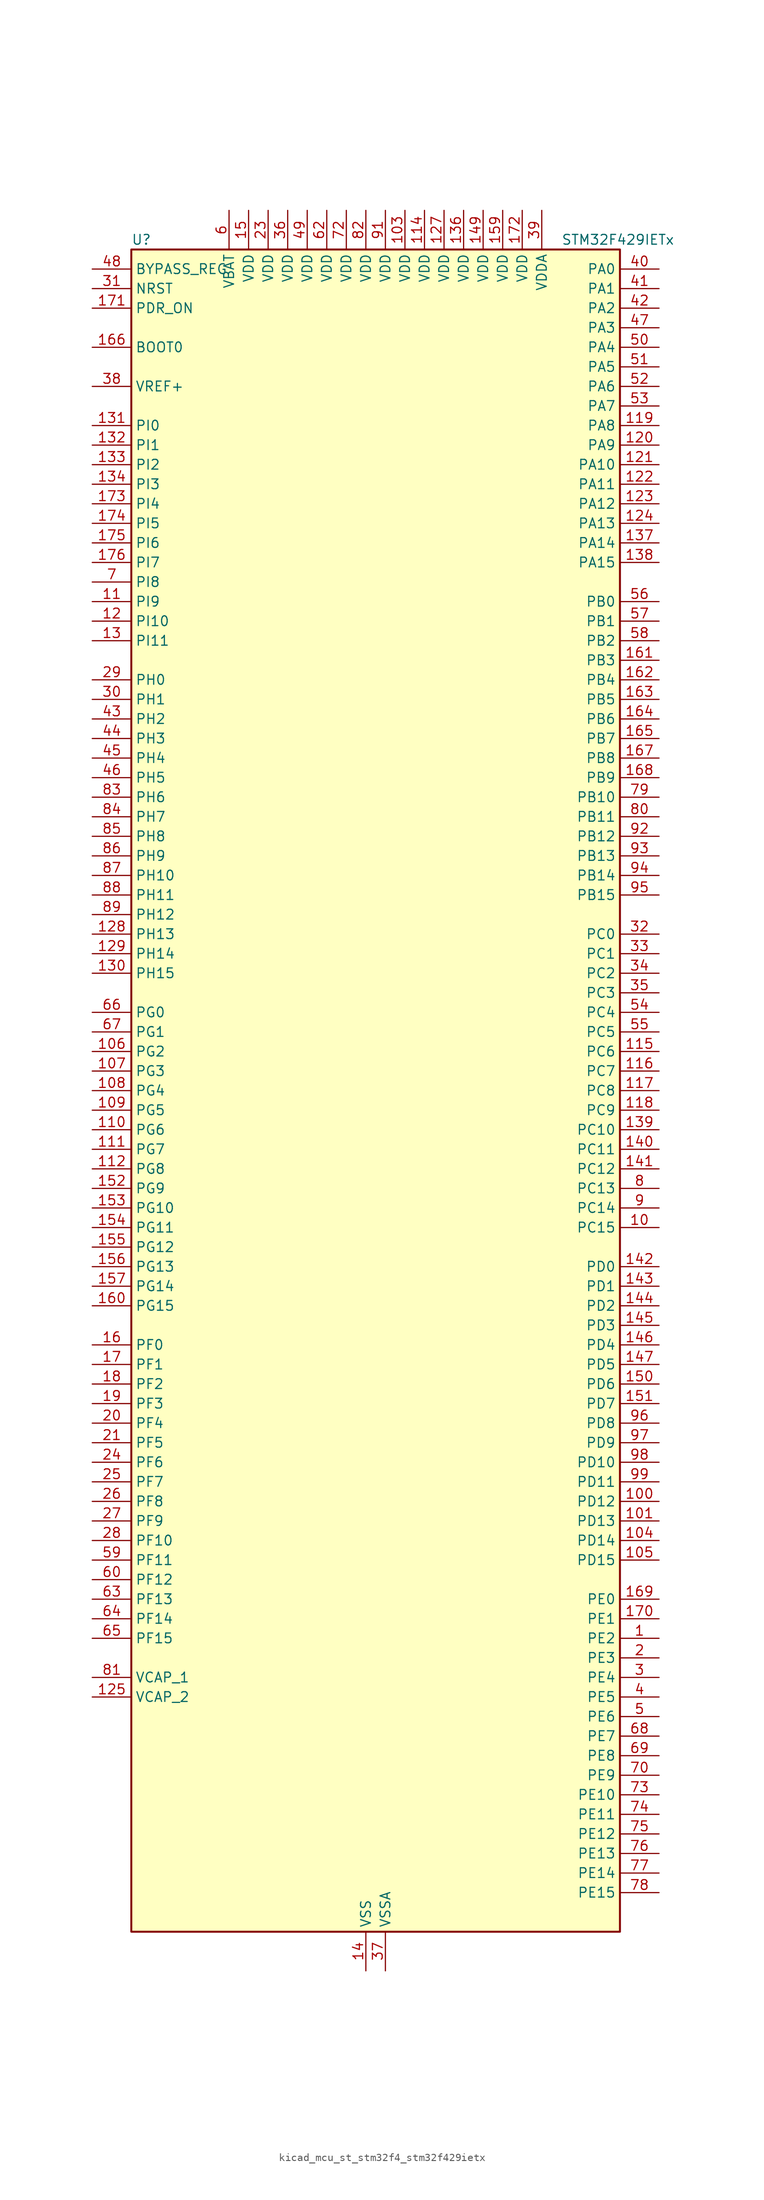
<source format=kicad_sym>
(kicad_symbol_lib
  (version 20220914)
  (generator kicad_symbol_editor)
  (symbol "kicad_mcu_st_stm32f4_stm32f429ietx"
    (property "Reference" "U"
      (at -30.48 110.49 0)
      (effects (font (size 1.27 1.27)) (justify left)))
    (property "Value" "STM32F429IETx"
      (at 25.4 110.49 0)
      (effects (font (size 1.27 1.27)) (justify left)))
    (property "ki_locked" ""
      (at 0 0 0)
      (effects (font (size 1.27 1.27))))
    (symbol "kicad_mcu_st_stm32f4_stm32f429ietx_0_1"
      (rectangle (start -30.48 -109.22) (end 33.02 109.22) (stroke (width 0.254) (type default)) (fill (type background))))
    (symbol "kicad_mcu_st_stm32f4_stm32f429ietx_1_1"
      (pin bidirectional line (at 38.1 -71.12 180) (length 5.08) (name "PE2" (effects (font (size 1.27 1.27)))) (number "1" (effects (font (size 1.27 1.27)))) (alternate "ETH_TXD3" bidirectional line) (alternate "FMC_A23" bidirectional line) (alternate "SAI1_MCLK_A" bidirectional line) (alternate "SPI4_SCK" bidirectional line) (alternate "SYS_TRACECLK" bidirectional line))
      (pin bidirectional line (at 38.1 -17.78 180) (length 5.08) (name "PC15" (effects (font (size 1.27 1.27)))) (number "10" (effects (font (size 1.27 1.27)))) (alternate "ADC1_EXTI15" bidirectional line) (alternate "ADC2_EXTI15" bidirectional line) (alternate "ADC3_EXTI15" bidirectional line) (alternate "RCC_OSC32_OUT" bidirectional line))
      (pin bidirectional line (at 38.1 -53.34 180) (length 5.08) (name "PD12" (effects (font (size 1.27 1.27)))) (number "100" (effects (font (size 1.27 1.27)))) (alternate "FMC_A17" bidirectional line) (alternate "FMC_ALE" bidirectional line) (alternate "TIM4_CH1" bidirectional line) (alternate "USART3_RTS" bidirectional line))
      (pin bidirectional line (at 38.1 -55.88 180) (length 5.08) (name "PD13" (effects (font (size 1.27 1.27)))) (number "101" (effects (font (size 1.27 1.27)))) (alternate "FMC_A18" bidirectional line) (alternate "TIM4_CH2" bidirectional line))
      (pin passive line (at 0 -114.3 90) (length 5.08) hide (name "VSS" (effects (font (size 1.27 1.27)))) (number "102" (effects (font (size 1.27 1.27)))))
      (pin power_in line (at 5.08 114.3 270) (length 5.08) (name "VDD" (effects (font (size 1.27 1.27)))) (number "103" (effects (font (size 1.27 1.27)))))
      (pin bidirectional line (at 38.1 -58.42 180) (length 5.08) (name "PD14" (effects (font (size 1.27 1.27)))) (number "104" (effects (font (size 1.27 1.27)))) (alternate "FMC_D0" bidirectional line) (alternate "FMC_DA0" bidirectional line) (alternate "TIM4_CH3" bidirectional line))
      (pin bidirectional line (at 38.1 -60.96 180) (length 5.08) (name "PD15" (effects (font (size 1.27 1.27)))) (number "105" (effects (font (size 1.27 1.27)))) (alternate "ADC1_EXTI15" bidirectional line) (alternate "ADC2_EXTI15" bidirectional line) (alternate "ADC3_EXTI15" bidirectional line) (alternate "FMC_D1" bidirectional line) (alternate "FMC_DA1" bidirectional line) (alternate "TIM4_CH4" bidirectional line))
      (pin bidirectional line (at -35.56 5.08 0) (length 5.08) (name "PG2" (effects (font (size 1.27 1.27)))) (number "106" (effects (font (size 1.27 1.27)))) (alternate "FMC_A12" bidirectional line))
      (pin bidirectional line (at -35.56 2.54 0) (length 5.08) (name "PG3" (effects (font (size 1.27 1.27)))) (number "107" (effects (font (size 1.27 1.27)))) (alternate "FMC_A13" bidirectional line))
      (pin bidirectional line (at -35.56 0 0) (length 5.08) (name "PG4" (effects (font (size 1.27 1.27)))) (number "108" (effects (font (size 1.27 1.27)))) (alternate "FMC_A14" bidirectional line) (alternate "FMC_BA0" bidirectional line))
      (pin bidirectional line (at -35.56 -2.54 0) (length 5.08) (name "PG5" (effects (font (size 1.27 1.27)))) (number "109" (effects (font (size 1.27 1.27)))) (alternate "FMC_A15" bidirectional line) (alternate "FMC_BA1" bidirectional line))
      (pin bidirectional line (at -35.56 63.5 0) (length 5.08) (name "PI9" (effects (font (size 1.27 1.27)))) (number "11" (effects (font (size 1.27 1.27)))) (alternate "CAN1_RX" bidirectional line) (alternate "DAC_EXTI9" bidirectional line) (alternate "FMC_D30" bidirectional line) (alternate "LTDC_VSYNC" bidirectional line))
      (pin bidirectional line (at -35.56 -5.08 0) (length 5.08) (name "PG6" (effects (font (size 1.27 1.27)))) (number "110" (effects (font (size 1.27 1.27)))) (alternate "DCMI_D12" bidirectional line) (alternate "FMC_INT2" bidirectional line) (alternate "LTDC_R7" bidirectional line))
      (pin bidirectional line (at -35.56 -7.62 0) (length 5.08) (name "PG7" (effects (font (size 1.27 1.27)))) (number "111" (effects (font (size 1.27 1.27)))) (alternate "DCMI_D13" bidirectional line) (alternate "FMC_INT3" bidirectional line) (alternate "LTDC_CLK" bidirectional line) (alternate "USART6_CK" bidirectional line))
      (pin bidirectional line (at -35.56 -10.16 0) (length 5.08) (name "PG8" (effects (font (size 1.27 1.27)))) (number "112" (effects (font (size 1.27 1.27)))) (alternate "ETH_PPS_OUT" bidirectional line) (alternate "FMC_SDCLK" bidirectional line) (alternate "SPI6_NSS" bidirectional line) (alternate "USART6_RTS" bidirectional line))
      (pin passive line (at 0 -114.3 90) (length 5.08) hide (name "VSS" (effects (font (size 1.27 1.27)))) (number "113" (effects (font (size 1.27 1.27)))))
      (pin power_in line (at 7.62 114.3 270) (length 5.08) (name "VDD" (effects (font (size 1.27 1.27)))) (number "114" (effects (font (size 1.27 1.27)))))
      (pin bidirectional line (at 38.1 5.08 180) (length 5.08) (name "PC6" (effects (font (size 1.27 1.27)))) (number "115" (effects (font (size 1.27 1.27)))) (alternate "DCMI_D0" bidirectional line) (alternate "I2S2_MCK" bidirectional line) (alternate "LTDC_HSYNC" bidirectional line) (alternate "SDIO_D6" bidirectional line) (alternate "TIM3_CH1" bidirectional line) (alternate "TIM8_CH1" bidirectional line) (alternate "USART6_TX" bidirectional line))
      (pin bidirectional line (at 38.1 2.54 180) (length 5.08) (name "PC7" (effects (font (size 1.27 1.27)))) (number "116" (effects (font (size 1.27 1.27)))) (alternate "DCMI_D1" bidirectional line) (alternate "I2S3_MCK" bidirectional line) (alternate "LTDC_G6" bidirectional line) (alternate "SDIO_D7" bidirectional line) (alternate "TIM3_CH2" bidirectional line) (alternate "TIM8_CH2" bidirectional line) (alternate "USART6_RX" bidirectional line))
      (pin bidirectional line (at 38.1 0 180) (length 5.08) (name "PC8" (effects (font (size 1.27 1.27)))) (number "117" (effects (font (size 1.27 1.27)))) (alternate "DCMI_D2" bidirectional line) (alternate "SDIO_D0" bidirectional line) (alternate "TIM3_CH3" bidirectional line) (alternate "TIM8_CH3" bidirectional line) (alternate "USART6_CK" bidirectional line))
      (pin bidirectional line (at 38.1 -2.54 180) (length 5.08) (name "PC9" (effects (font (size 1.27 1.27)))) (number "118" (effects (font (size 1.27 1.27)))) (alternate "DAC_EXTI9" bidirectional line) (alternate "DCMI_D3" bidirectional line) (alternate "I2C3_SDA" bidirectional line) (alternate "I2S_CKIN" bidirectional line) (alternate "RCC_MCO_2" bidirectional line) (alternate "SDIO_D1" bidirectional line) (alternate "TIM3_CH4" bidirectional line) (alternate "TIM8_CH4" bidirectional line))
      (pin bidirectional line (at 38.1 86.36 180) (length 5.08) (name "PA8" (effects (font (size 1.27 1.27)))) (number "119" (effects (font (size 1.27 1.27)))) (alternate "I2C3_SCL" bidirectional line) (alternate "LTDC_R6" bidirectional line) (alternate "RCC_MCO_1" bidirectional line) (alternate "TIM1_CH1" bidirectional line) (alternate "USART1_CK" bidirectional line) (alternate "USB_OTG_FS_SOF" bidirectional line))
      (pin bidirectional line (at -35.56 60.96 0) (length 5.08) (name "PI10" (effects (font (size 1.27 1.27)))) (number "12" (effects (font (size 1.27 1.27)))) (alternate "ETH_RX_ER" bidirectional line) (alternate "FMC_D31" bidirectional line) (alternate "LTDC_HSYNC" bidirectional line))
      (pin bidirectional line (at 38.1 83.82 180) (length 5.08) (name "PA9" (effects (font (size 1.27 1.27)))) (number "120" (effects (font (size 1.27 1.27)))) (alternate "DAC_EXTI9" bidirectional line) (alternate "DCMI_D0" bidirectional line) (alternate "I2C3_SMBA" bidirectional line) (alternate "TIM1_CH2" bidirectional line) (alternate "USART1_TX" bidirectional line) (alternate "USB_OTG_FS_VBUS" bidirectional line))
      (pin bidirectional line (at 38.1 81.28 180) (length 5.08) (name "PA10" (effects (font (size 1.27 1.27)))) (number "121" (effects (font (size 1.27 1.27)))) (alternate "DCMI_D1" bidirectional line) (alternate "TIM1_CH3" bidirectional line) (alternate "USART1_RX" bidirectional line) (alternate "USB_OTG_FS_ID" bidirectional line))
      (pin bidirectional line (at 38.1 78.74 180) (length 5.08) (name "PA11" (effects (font (size 1.27 1.27)))) (number "122" (effects (font (size 1.27 1.27)))) (alternate "ADC1_EXTI11" bidirectional line) (alternate "ADC2_EXTI11" bidirectional line) (alternate "ADC3_EXTI11" bidirectional line) (alternate "CAN1_RX" bidirectional line) (alternate "LTDC_R4" bidirectional line) (alternate "TIM1_CH4" bidirectional line) (alternate "USART1_CTS" bidirectional line) (alternate "USB_OTG_FS_DM" bidirectional line))
      (pin bidirectional line (at 38.1 76.2 180) (length 5.08) (name "PA12" (effects (font (size 1.27 1.27)))) (number "123" (effects (font (size 1.27 1.27)))) (alternate "CAN1_TX" bidirectional line) (alternate "LTDC_R5" bidirectional line) (alternate "TIM1_ETR" bidirectional line) (alternate "USART1_RTS" bidirectional line) (alternate "USB_OTG_FS_DP" bidirectional line))
      (pin bidirectional line (at 38.1 73.66 180) (length 5.08) (name "PA13" (effects (font (size 1.27 1.27)))) (number "124" (effects (font (size 1.27 1.27)))) (alternate "SYS_JTMS-SWDIO" bidirectional line))
      (pin power_out line (at -35.56 -78.74 0) (length 5.08) (name "VCAP_2" (effects (font (size 1.27 1.27)))) (number "125" (effects (font (size 1.27 1.27)))))
      (pin passive line (at 0 -114.3 90) (length 5.08) hide (name "VSS" (effects (font (size 1.27 1.27)))) (number "126" (effects (font (size 1.27 1.27)))))
      (pin power_in line (at 10.16 114.3 270) (length 5.08) (name "VDD" (effects (font (size 1.27 1.27)))) (number "127" (effects (font (size 1.27 1.27)))))
      (pin bidirectional line (at -35.56 20.32 0) (length 5.08) (name "PH13" (effects (font (size 1.27 1.27)))) (number "128" (effects (font (size 1.27 1.27)))) (alternate "CAN1_TX" bidirectional line) (alternate "FMC_D21" bidirectional line) (alternate "LTDC_G2" bidirectional line) (alternate "TIM8_CH1N" bidirectional line))
      (pin bidirectional line (at -35.56 17.78 0) (length 5.08) (name "PH14" (effects (font (size 1.27 1.27)))) (number "129" (effects (font (size 1.27 1.27)))) (alternate "DCMI_D4" bidirectional line) (alternate "FMC_D22" bidirectional line) (alternate "LTDC_G3" bidirectional line) (alternate "TIM8_CH2N" bidirectional line))
      (pin bidirectional line (at -35.56 58.42 0) (length 5.08) (name "PI11" (effects (font (size 1.27 1.27)))) (number "13" (effects (font (size 1.27 1.27)))) (alternate "ADC1_EXTI11" bidirectional line) (alternate "ADC2_EXTI11" bidirectional line) (alternate "ADC3_EXTI11" bidirectional line) (alternate "USB_OTG_HS_ULPI_DIR" bidirectional line))
      (pin bidirectional line (at -35.56 15.24 0) (length 5.08) (name "PH15" (effects (font (size 1.27 1.27)))) (number "130" (effects (font (size 1.27 1.27)))) (alternate "ADC1_EXTI15" bidirectional line) (alternate "ADC2_EXTI15" bidirectional line) (alternate "ADC3_EXTI15" bidirectional line) (alternate "DCMI_D11" bidirectional line) (alternate "FMC_D23" bidirectional line) (alternate "LTDC_G4" bidirectional line) (alternate "TIM8_CH3N" bidirectional line))
      (pin bidirectional line (at -35.56 86.36 0) (length 5.08) (name "PI0" (effects (font (size 1.27 1.27)))) (number "131" (effects (font (size 1.27 1.27)))) (alternate "DCMI_D13" bidirectional line) (alternate "FMC_D24" bidirectional line) (alternate "I2S2_WS" bidirectional line) (alternate "LTDC_G5" bidirectional line) (alternate "SPI2_NSS" bidirectional line) (alternate "TIM5_CH4" bidirectional line))
      (pin bidirectional line (at -35.56 83.82 0) (length 5.08) (name "PI1" (effects (font (size 1.27 1.27)))) (number "132" (effects (font (size 1.27 1.27)))) (alternate "DCMI_D8" bidirectional line) (alternate "FMC_D25" bidirectional line) (alternate "I2S2_CK" bidirectional line) (alternate "LTDC_G6" bidirectional line) (alternate "SPI2_SCK" bidirectional line))
      (pin bidirectional line (at -35.56 81.28 0) (length 5.08) (name "PI2" (effects (font (size 1.27 1.27)))) (number "133" (effects (font (size 1.27 1.27)))) (alternate "DCMI_D9" bidirectional line) (alternate "FMC_D26" bidirectional line) (alternate "I2S2_ext_SD" bidirectional line) (alternate "LTDC_G7" bidirectional line) (alternate "SPI2_MISO" bidirectional line) (alternate "TIM8_CH4" bidirectional line))
      (pin bidirectional line (at -35.56 78.74 0) (length 5.08) (name "PI3" (effects (font (size 1.27 1.27)))) (number "134" (effects (font (size 1.27 1.27)))) (alternate "DCMI_D10" bidirectional line) (alternate "FMC_D27" bidirectional line) (alternate "I2S2_SD" bidirectional line) (alternate "SPI2_MOSI" bidirectional line) (alternate "TIM8_ETR" bidirectional line))
      (pin passive line (at 0 -114.3 90) (length 5.08) hide (name "VSS" (effects (font (size 1.27 1.27)))) (number "135" (effects (font (size 1.27 1.27)))))
      (pin power_in line (at 12.7 114.3 270) (length 5.08) (name "VDD" (effects (font (size 1.27 1.27)))) (number "136" (effects (font (size 1.27 1.27)))))
      (pin bidirectional line (at 38.1 71.12 180) (length 5.08) (name "PA14" (effects (font (size 1.27 1.27)))) (number "137" (effects (font (size 1.27 1.27)))) (alternate "SYS_JTCK-SWCLK" bidirectional line))
      (pin bidirectional line (at 38.1 68.58 180) (length 5.08) (name "PA15" (effects (font (size 1.27 1.27)))) (number "138" (effects (font (size 1.27 1.27)))) (alternate "ADC1_EXTI15" bidirectional line) (alternate "ADC2_EXTI15" bidirectional line) (alternate "ADC3_EXTI15" bidirectional line) (alternate "I2S3_WS" bidirectional line) (alternate "SPI1_NSS" bidirectional line) (alternate "SPI3_NSS" bidirectional line) (alternate "SYS_JTDI" bidirectional line) (alternate "TIM2_CH1" bidirectional line) (alternate "TIM2_ETR" bidirectional line))
      (pin bidirectional line (at 38.1 -5.08 180) (length 5.08) (name "PC10" (effects (font (size 1.27 1.27)))) (number "139" (effects (font (size 1.27 1.27)))) (alternate "DCMI_D8" bidirectional line) (alternate "I2S3_CK" bidirectional line) (alternate "LTDC_R2" bidirectional line) (alternate "SDIO_D2" bidirectional line) (alternate "SPI3_SCK" bidirectional line) (alternate "UART4_TX" bidirectional line) (alternate "USART3_TX" bidirectional line))
      (pin power_in line (at 0 -114.3 90) (length 5.08) (name "VSS" (effects (font (size 1.27 1.27)))) (number "14" (effects (font (size 1.27 1.27)))))
      (pin bidirectional line (at 38.1 -7.62 180) (length 5.08) (name "PC11" (effects (font (size 1.27 1.27)))) (number "140" (effects (font (size 1.27 1.27)))) (alternate "ADC1_EXTI11" bidirectional line) (alternate "ADC2_EXTI11" bidirectional line) (alternate "ADC3_EXTI11" bidirectional line) (alternate "DCMI_D4" bidirectional line) (alternate "I2S3_ext_SD" bidirectional line) (alternate "SDIO_D3" bidirectional line) (alternate "SPI3_MISO" bidirectional line) (alternate "UART4_RX" bidirectional line) (alternate "USART3_RX" bidirectional line))
      (pin bidirectional line (at 38.1 -10.16 180) (length 5.08) (name "PC12" (effects (font (size 1.27 1.27)))) (number "141" (effects (font (size 1.27 1.27)))) (alternate "DCMI_D9" bidirectional line) (alternate "I2S3_SD" bidirectional line) (alternate "SDIO_CK" bidirectional line) (alternate "SPI3_MOSI" bidirectional line) (alternate "UART5_TX" bidirectional line) (alternate "USART3_CK" bidirectional line))
      (pin bidirectional line (at 38.1 -22.86 180) (length 5.08) (name "PD0" (effects (font (size 1.27 1.27)))) (number "142" (effects (font (size 1.27 1.27)))) (alternate "CAN1_RX" bidirectional line) (alternate "FMC_D2" bidirectional line) (alternate "FMC_DA2" bidirectional line))
      (pin bidirectional line (at 38.1 -25.4 180) (length 5.08) (name "PD1" (effects (font (size 1.27 1.27)))) (number "143" (effects (font (size 1.27 1.27)))) (alternate "CAN1_TX" bidirectional line) (alternate "FMC_D3" bidirectional line) (alternate "FMC_DA3" bidirectional line))
      (pin bidirectional line (at 38.1 -27.94 180) (length 5.08) (name "PD2" (effects (font (size 1.27 1.27)))) (number "144" (effects (font (size 1.27 1.27)))) (alternate "DCMI_D11" bidirectional line) (alternate "SDIO_CMD" bidirectional line) (alternate "TIM3_ETR" bidirectional line) (alternate "UART5_RX" bidirectional line))
      (pin bidirectional line (at 38.1 -30.48 180) (length 5.08) (name "PD3" (effects (font (size 1.27 1.27)))) (number "145" (effects (font (size 1.27 1.27)))) (alternate "DCMI_D5" bidirectional line) (alternate "FMC_CLK" bidirectional line) (alternate "I2S2_CK" bidirectional line) (alternate "LTDC_G7" bidirectional line) (alternate "SPI2_SCK" bidirectional line) (alternate "USART2_CTS" bidirectional line))
      (pin bidirectional line (at 38.1 -33.02 180) (length 5.08) (name "PD4" (effects (font (size 1.27 1.27)))) (number "146" (effects (font (size 1.27 1.27)))) (alternate "FMC_NOE" bidirectional line) (alternate "USART2_RTS" bidirectional line))
      (pin bidirectional line (at 38.1 -35.56 180) (length 5.08) (name "PD5" (effects (font (size 1.27 1.27)))) (number "147" (effects (font (size 1.27 1.27)))) (alternate "FMC_NWE" bidirectional line) (alternate "USART2_TX" bidirectional line))
      (pin passive line (at 0 -114.3 90) (length 5.08) hide (name "VSS" (effects (font (size 1.27 1.27)))) (number "148" (effects (font (size 1.27 1.27)))))
      (pin power_in line (at 15.24 114.3 270) (length 5.08) (name "VDD" (effects (font (size 1.27 1.27)))) (number "149" (effects (font (size 1.27 1.27)))))
      (pin power_in line (at -15.24 114.3 270) (length 5.08) (name "VDD" (effects (font (size 1.27 1.27)))) (number "15" (effects (font (size 1.27 1.27)))))
      (pin bidirectional line (at 38.1 -38.1 180) (length 5.08) (name "PD6" (effects (font (size 1.27 1.27)))) (number "150" (effects (font (size 1.27 1.27)))) (alternate "DCMI_D10" bidirectional line) (alternate "FMC_NWAIT" bidirectional line) (alternate "I2S3_SD" bidirectional line) (alternate "LTDC_B2" bidirectional line) (alternate "SAI1_SD_A" bidirectional line) (alternate "SPI3_MOSI" bidirectional line) (alternate "USART2_RX" bidirectional line))
      (pin bidirectional line (at 38.1 -40.64 180) (length 5.08) (name "PD7" (effects (font (size 1.27 1.27)))) (number "151" (effects (font (size 1.27 1.27)))) (alternate "FMC_NCE2" bidirectional line) (alternate "FMC_NE1" bidirectional line) (alternate "USART2_CK" bidirectional line))
      (pin bidirectional line (at -35.56 -12.7 0) (length 5.08) (name "PG9" (effects (font (size 1.27 1.27)))) (number "152" (effects (font (size 1.27 1.27)))) (alternate "DAC_EXTI9" bidirectional line) (alternate "DCMI_VSYNC" bidirectional line) (alternate "FMC_NCE3" bidirectional line) (alternate "FMC_NE2" bidirectional line) (alternate "USART6_RX" bidirectional line))
      (pin bidirectional line (at -35.56 -15.24 0) (length 5.08) (name "PG10" (effects (font (size 1.27 1.27)))) (number "153" (effects (font (size 1.27 1.27)))) (alternate "DCMI_D2" bidirectional line) (alternate "FMC_NCE4_1" bidirectional line) (alternate "FMC_NE3" bidirectional line) (alternate "LTDC_B2" bidirectional line) (alternate "LTDC_G3" bidirectional line))
      (pin bidirectional line (at -35.56 -17.78 0) (length 5.08) (name "PG11" (effects (font (size 1.27 1.27)))) (number "154" (effects (font (size 1.27 1.27)))) (alternate "ADC1_EXTI11" bidirectional line) (alternate "ADC2_EXTI11" bidirectional line) (alternate "ADC3_EXTI11" bidirectional line) (alternate "DCMI_D3" bidirectional line) (alternate "ETH_TX_EN" bidirectional line) (alternate "FMC_NCE4_2" bidirectional line) (alternate "LTDC_B3" bidirectional line))
      (pin bidirectional line (at -35.56 -20.32 0) (length 5.08) (name "PG12" (effects (font (size 1.27 1.27)))) (number "155" (effects (font (size 1.27 1.27)))) (alternate "FMC_NE4" bidirectional line) (alternate "LTDC_B1" bidirectional line) (alternate "LTDC_B4" bidirectional line) (alternate "SPI6_MISO" bidirectional line) (alternate "USART6_RTS" bidirectional line))
      (pin bidirectional line (at -35.56 -22.86 0) (length 5.08) (name "PG13" (effects (font (size 1.27 1.27)))) (number "156" (effects (font (size 1.27 1.27)))) (alternate "ETH_TXD0" bidirectional line) (alternate "FMC_A24" bidirectional line) (alternate "SPI6_SCK" bidirectional line) (alternate "USART6_CTS" bidirectional line))
      (pin bidirectional line (at -35.56 -25.4 0) (length 5.08) (name "PG14" (effects (font (size 1.27 1.27)))) (number "157" (effects (font (size 1.27 1.27)))) (alternate "ETH_TXD1" bidirectional line) (alternate "FMC_A25" bidirectional line) (alternate "SPI6_MOSI" bidirectional line) (alternate "USART6_TX" bidirectional line))
      (pin passive line (at 0 -114.3 90) (length 5.08) hide (name "VSS" (effects (font (size 1.27 1.27)))) (number "158" (effects (font (size 1.27 1.27)))))
      (pin power_in line (at 17.78 114.3 270) (length 5.08) (name "VDD" (effects (font (size 1.27 1.27)))) (number "159" (effects (font (size 1.27 1.27)))))
      (pin bidirectional line (at -35.56 -33.02 0) (length 5.08) (name "PF0" (effects (font (size 1.27 1.27)))) (number "16" (effects (font (size 1.27 1.27)))) (alternate "FMC_A0" bidirectional line) (alternate "I2C2_SDA" bidirectional line))
      (pin bidirectional line (at -35.56 -27.94 0) (length 5.08) (name "PG15" (effects (font (size 1.27 1.27)))) (number "160" (effects (font (size 1.27 1.27)))) (alternate "ADC1_EXTI15" bidirectional line) (alternate "ADC2_EXTI15" bidirectional line) (alternate "ADC3_EXTI15" bidirectional line) (alternate "DCMI_D13" bidirectional line) (alternate "FMC_SDNCAS" bidirectional line) (alternate "USART6_CTS" bidirectional line))
      (pin bidirectional line (at 38.1 55.88 180) (length 5.08) (name "PB3" (effects (font (size 1.27 1.27)))) (number "161" (effects (font (size 1.27 1.27)))) (alternate "I2S3_CK" bidirectional line) (alternate "SPI1_SCK" bidirectional line) (alternate "SPI3_SCK" bidirectional line) (alternate "SYS_JTDO-SWO" bidirectional line) (alternate "TIM2_CH2" bidirectional line))
      (pin bidirectional line (at 38.1 53.34 180) (length 5.08) (name "PB4" (effects (font (size 1.27 1.27)))) (number "162" (effects (font (size 1.27 1.27)))) (alternate "I2S3_ext_SD" bidirectional line) (alternate "SPI1_MISO" bidirectional line) (alternate "SPI3_MISO" bidirectional line) (alternate "SYS_JTRST" bidirectional line) (alternate "TIM3_CH1" bidirectional line))
      (pin bidirectional line (at 38.1 50.8 180) (length 5.08) (name "PB5" (effects (font (size 1.27 1.27)))) (number "163" (effects (font (size 1.27 1.27)))) (alternate "CAN2_RX" bidirectional line) (alternate "DCMI_D10" bidirectional line) (alternate "ETH_PPS_OUT" bidirectional line) (alternate "FMC_SDCKE1" bidirectional line) (alternate "I2C1_SMBA" bidirectional line) (alternate "I2S3_SD" bidirectional line) (alternate "SPI1_MOSI" bidirectional line) (alternate "SPI3_MOSI" bidirectional line) (alternate "TIM3_CH2" bidirectional line) (alternate "USB_OTG_HS_ULPI_D7" bidirectional line))
      (pin bidirectional line (at 38.1 48.26 180) (length 5.08) (name "PB6" (effects (font (size 1.27 1.27)))) (number "164" (effects (font (size 1.27 1.27)))) (alternate "CAN2_TX" bidirectional line) (alternate "DCMI_D5" bidirectional line) (alternate "FMC_SDNE1" bidirectional line) (alternate "I2C1_SCL" bidirectional line) (alternate "TIM4_CH1" bidirectional line) (alternate "USART1_TX" bidirectional line))
      (pin bidirectional line (at 38.1 45.72 180) (length 5.08) (name "PB7" (effects (font (size 1.27 1.27)))) (number "165" (effects (font (size 1.27 1.27)))) (alternate "DCMI_VSYNC" bidirectional line) (alternate "FMC_NL" bidirectional line) (alternate "I2C1_SDA" bidirectional line) (alternate "TIM4_CH2" bidirectional line) (alternate "USART1_RX" bidirectional line))
      (pin input line (at -35.56 96.52 0) (length 5.08) (name "BOOT0" (effects (font (size 1.27 1.27)))) (number "166" (effects (font (size 1.27 1.27)))))
      (pin bidirectional line (at 38.1 43.18 180) (length 5.08) (name "PB8" (effects (font (size 1.27 1.27)))) (number "167" (effects (font (size 1.27 1.27)))) (alternate "CAN1_RX" bidirectional line) (alternate "DCMI_D6" bidirectional line) (alternate "ETH_TXD3" bidirectional line) (alternate "I2C1_SCL" bidirectional line) (alternate "LTDC_B6" bidirectional line) (alternate "SDIO_D4" bidirectional line) (alternate "TIM10_CH1" bidirectional line) (alternate "TIM4_CH3" bidirectional line))
      (pin bidirectional line (at 38.1 40.64 180) (length 5.08) (name "PB9" (effects (font (size 1.27 1.27)))) (number "168" (effects (font (size 1.27 1.27)))) (alternate "CAN1_TX" bidirectional line) (alternate "DAC_EXTI9" bidirectional line) (alternate "DCMI_D7" bidirectional line) (alternate "I2C1_SDA" bidirectional line) (alternate "I2S2_WS" bidirectional line) (alternate "LTDC_B7" bidirectional line) (alternate "SDIO_D5" bidirectional line) (alternate "SPI2_NSS" bidirectional line) (alternate "TIM11_CH1" bidirectional line) (alternate "TIM4_CH4" bidirectional line))
      (pin bidirectional line (at 38.1 -66.04 180) (length 5.08) (name "PE0" (effects (font (size 1.27 1.27)))) (number "169" (effects (font (size 1.27 1.27)))) (alternate "DCMI_D2" bidirectional line) (alternate "FMC_NBL0" bidirectional line) (alternate "TIM4_ETR" bidirectional line) (alternate "UART8_RX" bidirectional line))
      (pin bidirectional line (at -35.56 -35.56 0) (length 5.08) (name "PF1" (effects (font (size 1.27 1.27)))) (number "17" (effects (font (size 1.27 1.27)))) (alternate "FMC_A1" bidirectional line) (alternate "I2C2_SCL" bidirectional line))
      (pin bidirectional line (at 38.1 -68.58 180) (length 5.08) (name "PE1" (effects (font (size 1.27 1.27)))) (number "170" (effects (font (size 1.27 1.27)))) (alternate "DCMI_D3" bidirectional line) (alternate "FMC_NBL1" bidirectional line) (alternate "UART8_TX" bidirectional line))
      (pin input line (at -35.56 101.6 0) (length 5.08) (name "PDR_ON" (effects (font (size 1.27 1.27)))) (number "171" (effects (font (size 1.27 1.27)))))
      (pin power_in line (at 20.32 114.3 270) (length 5.08) (name "VDD" (effects (font (size 1.27 1.27)))) (number "172" (effects (font (size 1.27 1.27)))))
      (pin bidirectional line (at -35.56 76.2 0) (length 5.08) (name "PI4" (effects (font (size 1.27 1.27)))) (number "173" (effects (font (size 1.27 1.27)))) (alternate "DCMI_D5" bidirectional line) (alternate "FMC_NBL2" bidirectional line) (alternate "LTDC_B4" bidirectional line) (alternate "TIM8_BKIN" bidirectional line))
      (pin bidirectional line (at -35.56 73.66 0) (length 5.08) (name "PI5" (effects (font (size 1.27 1.27)))) (number "174" (effects (font (size 1.27 1.27)))) (alternate "DCMI_VSYNC" bidirectional line) (alternate "FMC_NBL3" bidirectional line) (alternate "LTDC_B5" bidirectional line) (alternate "TIM8_CH1" bidirectional line))
      (pin bidirectional line (at -35.56 71.12 0) (length 5.08) (name "PI6" (effects (font (size 1.27 1.27)))) (number "175" (effects (font (size 1.27 1.27)))) (alternate "DCMI_D6" bidirectional line) (alternate "FMC_D28" bidirectional line) (alternate "LTDC_B6" bidirectional line) (alternate "TIM8_CH2" bidirectional line))
      (pin bidirectional line (at -35.56 68.58 0) (length 5.08) (name "PI7" (effects (font (size 1.27 1.27)))) (number "176" (effects (font (size 1.27 1.27)))) (alternate "DCMI_D7" bidirectional line) (alternate "FMC_D29" bidirectional line) (alternate "LTDC_B7" bidirectional line) (alternate "TIM8_CH3" bidirectional line))
      (pin bidirectional line (at -35.56 -38.1 0) (length 5.08) (name "PF2" (effects (font (size 1.27 1.27)))) (number "18" (effects (font (size 1.27 1.27)))) (alternate "FMC_A2" bidirectional line) (alternate "I2C2_SMBA" bidirectional line))
      (pin bidirectional line (at -35.56 -40.64 0) (length 5.08) (name "PF3" (effects (font (size 1.27 1.27)))) (number "19" (effects (font (size 1.27 1.27)))) (alternate "ADC3_IN9" bidirectional line) (alternate "FMC_A3" bidirectional line))
      (pin bidirectional line (at 38.1 -73.66 180) (length 5.08) (name "PE3" (effects (font (size 1.27 1.27)))) (number "2" (effects (font (size 1.27 1.27)))) (alternate "FMC_A19" bidirectional line) (alternate "SAI1_SD_B" bidirectional line) (alternate "SYS_TRACED0" bidirectional line))
      (pin bidirectional line (at -35.56 -43.18 0) (length 5.08) (name "PF4" (effects (font (size 1.27 1.27)))) (number "20" (effects (font (size 1.27 1.27)))) (alternate "ADC3_IN14" bidirectional line) (alternate "FMC_A4" bidirectional line))
      (pin bidirectional line (at -35.56 -45.72 0) (length 5.08) (name "PF5" (effects (font (size 1.27 1.27)))) (number "21" (effects (font (size 1.27 1.27)))) (alternate "ADC3_IN15" bidirectional line) (alternate "FMC_A5" bidirectional line))
      (pin passive line (at 0 -114.3 90) (length 5.08) hide (name "VSS" (effects (font (size 1.27 1.27)))) (number "22" (effects (font (size 1.27 1.27)))))
      (pin power_in line (at -12.7 114.3 270) (length 5.08) (name "VDD" (effects (font (size 1.27 1.27)))) (number "23" (effects (font (size 1.27 1.27)))))
      (pin bidirectional line (at -35.56 -48.26 0) (length 5.08) (name "PF6" (effects (font (size 1.27 1.27)))) (number "24" (effects (font (size 1.27 1.27)))) (alternate "ADC3_IN4" bidirectional line) (alternate "FMC_NIORD" bidirectional line) (alternate "SAI1_SD_B" bidirectional line) (alternate "SPI5_NSS" bidirectional line) (alternate "TIM10_CH1" bidirectional line) (alternate "UART7_RX" bidirectional line))
      (pin bidirectional line (at -35.56 -50.8 0) (length 5.08) (name "PF7" (effects (font (size 1.27 1.27)))) (number "25" (effects (font (size 1.27 1.27)))) (alternate "ADC3_IN5" bidirectional line) (alternate "FMC_NREG" bidirectional line) (alternate "SAI1_MCLK_B" bidirectional line) (alternate "SPI5_SCK" bidirectional line) (alternate "TIM11_CH1" bidirectional line) (alternate "UART7_TX" bidirectional line))
      (pin bidirectional line (at -35.56 -53.34 0) (length 5.08) (name "PF8" (effects (font (size 1.27 1.27)))) (number "26" (effects (font (size 1.27 1.27)))) (alternate "ADC3_IN6" bidirectional line) (alternate "FMC_NIOWR" bidirectional line) (alternate "SAI1_SCK_B" bidirectional line) (alternate "SPI5_MISO" bidirectional line) (alternate "TIM13_CH1" bidirectional line))
      (pin bidirectional line (at -35.56 -55.88 0) (length 5.08) (name "PF9" (effects (font (size 1.27 1.27)))) (number "27" (effects (font (size 1.27 1.27)))) (alternate "ADC3_IN7" bidirectional line) (alternate "DAC_EXTI9" bidirectional line) (alternate "FMC_CD" bidirectional line) (alternate "SAI1_FS_B" bidirectional line) (alternate "SPI5_MOSI" bidirectional line) (alternate "TIM14_CH1" bidirectional line))
      (pin bidirectional line (at -35.56 -58.42 0) (length 5.08) (name "PF10" (effects (font (size 1.27 1.27)))) (number "28" (effects (font (size 1.27 1.27)))) (alternate "ADC3_IN8" bidirectional line) (alternate "DCMI_D11" bidirectional line) (alternate "FMC_INTR" bidirectional line) (alternate "LTDC_DE" bidirectional line))
      (pin bidirectional line (at -35.56 53.34 0) (length 5.08) (name "PH0" (effects (font (size 1.27 1.27)))) (number "29" (effects (font (size 1.27 1.27)))) (alternate "RCC_OSC_IN" bidirectional line))
      (pin bidirectional line (at 38.1 -76.2 180) (length 5.08) (name "PE4" (effects (font (size 1.27 1.27)))) (number "3" (effects (font (size 1.27 1.27)))) (alternate "DCMI_D4" bidirectional line) (alternate "FMC_A20" bidirectional line) (alternate "LTDC_B0" bidirectional line) (alternate "SAI1_FS_A" bidirectional line) (alternate "SPI4_NSS" bidirectional line) (alternate "SYS_TRACED1" bidirectional line))
      (pin bidirectional line (at -35.56 50.8 0) (length 5.08) (name "PH1" (effects (font (size 1.27 1.27)))) (number "30" (effects (font (size 1.27 1.27)))) (alternate "RCC_OSC_OUT" bidirectional line))
      (pin input line (at -35.56 104.14 0) (length 5.08) (name "NRST" (effects (font (size 1.27 1.27)))) (number "31" (effects (font (size 1.27 1.27)))))
      (pin bidirectional line (at 38.1 20.32 180) (length 5.08) (name "PC0" (effects (font (size 1.27 1.27)))) (number "32" (effects (font (size 1.27 1.27)))) (alternate "ADC1_IN10" bidirectional line) (alternate "ADC2_IN10" bidirectional line) (alternate "ADC3_IN10" bidirectional line) (alternate "FMC_SDNWE" bidirectional line) (alternate "USB_OTG_HS_ULPI_STP" bidirectional line))
      (pin bidirectional line (at 38.1 17.78 180) (length 5.08) (name "PC1" (effects (font (size 1.27 1.27)))) (number "33" (effects (font (size 1.27 1.27)))) (alternate "ADC1_IN11" bidirectional line) (alternate "ADC2_IN11" bidirectional line) (alternate "ADC3_IN11" bidirectional line) (alternate "ETH_MDC" bidirectional line))
      (pin bidirectional line (at 38.1 15.24 180) (length 5.08) (name "PC2" (effects (font (size 1.27 1.27)))) (number "34" (effects (font (size 1.27 1.27)))) (alternate "ADC1_IN12" bidirectional line) (alternate "ADC2_IN12" bidirectional line) (alternate "ADC3_IN12" bidirectional line) (alternate "ETH_TXD2" bidirectional line) (alternate "FMC_SDNE0" bidirectional line) (alternate "I2S2_ext_SD" bidirectional line) (alternate "SPI2_MISO" bidirectional line) (alternate "USB_OTG_HS_ULPI_DIR" bidirectional line))
      (pin bidirectional line (at 38.1 12.7 180) (length 5.08) (name "PC3" (effects (font (size 1.27 1.27)))) (number "35" (effects (font (size 1.27 1.27)))) (alternate "ADC1_IN13" bidirectional line) (alternate "ADC2_IN13" bidirectional line) (alternate "ADC3_IN13" bidirectional line) (alternate "ETH_TX_CLK" bidirectional line) (alternate "FMC_SDCKE0" bidirectional line) (alternate "I2S2_SD" bidirectional line) (alternate "SPI2_MOSI" bidirectional line) (alternate "USB_OTG_HS_ULPI_NXT" bidirectional line))
      (pin power_in line (at -10.16 114.3 270) (length 5.08) (name "VDD" (effects (font (size 1.27 1.27)))) (number "36" (effects (font (size 1.27 1.27)))))
      (pin power_in line (at 2.54 -114.3 90) (length 5.08) (name "VSSA" (effects (font (size 1.27 1.27)))) (number "37" (effects (font (size 1.27 1.27)))))
      (pin input line (at -35.56 91.44 0) (length 5.08) (name "VREF+" (effects (font (size 1.27 1.27)))) (number "38" (effects (font (size 1.27 1.27)))))
      (pin power_in line (at 22.86 114.3 270) (length 5.08) (name "VDDA" (effects (font (size 1.27 1.27)))) (number "39" (effects (font (size 1.27 1.27)))))
      (pin bidirectional line (at 38.1 -78.74 180) (length 5.08) (name "PE5" (effects (font (size 1.27 1.27)))) (number "4" (effects (font (size 1.27 1.27)))) (alternate "DCMI_D6" bidirectional line) (alternate "FMC_A21" bidirectional line) (alternate "LTDC_G0" bidirectional line) (alternate "SAI1_SCK_A" bidirectional line) (alternate "SPI4_MISO" bidirectional line) (alternate "SYS_TRACED2" bidirectional line) (alternate "TIM9_CH1" bidirectional line))
      (pin bidirectional line (at 38.1 106.68 180) (length 5.08) (name "PA0" (effects (font (size 1.27 1.27)))) (number "40" (effects (font (size 1.27 1.27)))) (alternate "ADC1_IN0" bidirectional line) (alternate "ADC2_IN0" bidirectional line) (alternate "ADC3_IN0" bidirectional line) (alternate "ETH_CRS" bidirectional line) (alternate "SYS_WKUP" bidirectional line) (alternate "TIM2_CH1" bidirectional line) (alternate "TIM2_ETR" bidirectional line) (alternate "TIM5_CH1" bidirectional line) (alternate "TIM8_ETR" bidirectional line) (alternate "UART4_TX" bidirectional line) (alternate "USART2_CTS" bidirectional line))
      (pin bidirectional line (at 38.1 104.14 180) (length 5.08) (name "PA1" (effects (font (size 1.27 1.27)))) (number "41" (effects (font (size 1.27 1.27)))) (alternate "ADC1_IN1" bidirectional line) (alternate "ADC2_IN1" bidirectional line) (alternate "ADC3_IN1" bidirectional line) (alternate "ETH_REF_CLK" bidirectional line) (alternate "ETH_RX_CLK" bidirectional line) (alternate "TIM2_CH2" bidirectional line) (alternate "TIM5_CH2" bidirectional line) (alternate "UART4_RX" bidirectional line) (alternate "USART2_RTS" bidirectional line))
      (pin bidirectional line (at 38.1 101.6 180) (length 5.08) (name "PA2" (effects (font (size 1.27 1.27)))) (number "42" (effects (font (size 1.27 1.27)))) (alternate "ADC1_IN2" bidirectional line) (alternate "ADC2_IN2" bidirectional line) (alternate "ADC3_IN2" bidirectional line) (alternate "ETH_MDIO" bidirectional line) (alternate "TIM2_CH3" bidirectional line) (alternate "TIM5_CH3" bidirectional line) (alternate "TIM9_CH1" bidirectional line) (alternate "USART2_TX" bidirectional line))
      (pin bidirectional line (at -35.56 48.26 0) (length 5.08) (name "PH2" (effects (font (size 1.27 1.27)))) (number "43" (effects (font (size 1.27 1.27)))) (alternate "ETH_CRS" bidirectional line) (alternate "FMC_SDCKE0" bidirectional line) (alternate "LTDC_R0" bidirectional line))
      (pin bidirectional line (at -35.56 45.72 0) (length 5.08) (name "PH3" (effects (font (size 1.27 1.27)))) (number "44" (effects (font (size 1.27 1.27)))) (alternate "ETH_COL" bidirectional line) (alternate "FMC_SDNE0" bidirectional line) (alternate "LTDC_R1" bidirectional line))
      (pin bidirectional line (at -35.56 43.18 0) (length 5.08) (name "PH4" (effects (font (size 1.27 1.27)))) (number "45" (effects (font (size 1.27 1.27)))) (alternate "I2C2_SCL" bidirectional line) (alternate "USB_OTG_HS_ULPI_NXT" bidirectional line))
      (pin bidirectional line (at -35.56 40.64 0) (length 5.08) (name "PH5" (effects (font (size 1.27 1.27)))) (number "46" (effects (font (size 1.27 1.27)))) (alternate "FMC_SDNWE" bidirectional line) (alternate "I2C2_SDA" bidirectional line) (alternate "SPI5_NSS" bidirectional line))
      (pin bidirectional line (at 38.1 99.06 180) (length 5.08) (name "PA3" (effects (font (size 1.27 1.27)))) (number "47" (effects (font (size 1.27 1.27)))) (alternate "ADC1_IN3" bidirectional line) (alternate "ADC2_IN3" bidirectional line) (alternate "ADC3_IN3" bidirectional line) (alternate "ETH_COL" bidirectional line) (alternate "LTDC_B5" bidirectional line) (alternate "TIM2_CH4" bidirectional line) (alternate "TIM5_CH4" bidirectional line) (alternate "TIM9_CH2" bidirectional line) (alternate "USART2_RX" bidirectional line) (alternate "USB_OTG_HS_ULPI_D0" bidirectional line))
      (pin input line (at -35.56 106.68 0) (length 5.08) (name "BYPASS_REG" (effects (font (size 1.27 1.27)))) (number "48" (effects (font (size 1.27 1.27)))))
      (pin power_in line (at -7.62 114.3 270) (length 5.08) (name "VDD" (effects (font (size 1.27 1.27)))) (number "49" (effects (font (size 1.27 1.27)))))
      (pin bidirectional line (at 38.1 -81.28 180) (length 5.08) (name "PE6" (effects (font (size 1.27 1.27)))) (number "5" (effects (font (size 1.27 1.27)))) (alternate "DCMI_D7" bidirectional line) (alternate "FMC_A22" bidirectional line) (alternate "LTDC_G1" bidirectional line) (alternate "SAI1_SD_A" bidirectional line) (alternate "SPI4_MOSI" bidirectional line) (alternate "SYS_TRACED3" bidirectional line) (alternate "TIM9_CH2" bidirectional line))
      (pin bidirectional line (at 38.1 96.52 180) (length 5.08) (name "PA4" (effects (font (size 1.27 1.27)))) (number "50" (effects (font (size 1.27 1.27)))) (alternate "ADC1_IN4" bidirectional line) (alternate "ADC2_IN4" bidirectional line) (alternate "DAC_OUT1" bidirectional line) (alternate "DCMI_HSYNC" bidirectional line) (alternate "I2S3_WS" bidirectional line) (alternate "LTDC_VSYNC" bidirectional line) (alternate "SPI1_NSS" bidirectional line) (alternate "SPI3_NSS" bidirectional line) (alternate "USART2_CK" bidirectional line) (alternate "USB_OTG_HS_SOF" bidirectional line))
      (pin bidirectional line (at 38.1 93.98 180) (length 5.08) (name "PA5" (effects (font (size 1.27 1.27)))) (number "51" (effects (font (size 1.27 1.27)))) (alternate "ADC1_IN5" bidirectional line) (alternate "ADC2_IN5" bidirectional line) (alternate "DAC_OUT2" bidirectional line) (alternate "SPI1_SCK" bidirectional line) (alternate "TIM2_CH1" bidirectional line) (alternate "TIM2_ETR" bidirectional line) (alternate "TIM8_CH1N" bidirectional line) (alternate "USB_OTG_HS_ULPI_CK" bidirectional line))
      (pin bidirectional line (at 38.1 91.44 180) (length 5.08) (name "PA6" (effects (font (size 1.27 1.27)))) (number "52" (effects (font (size 1.27 1.27)))) (alternate "ADC1_IN6" bidirectional line) (alternate "ADC2_IN6" bidirectional line) (alternate "DCMI_PIXCLK" bidirectional line) (alternate "LTDC_G2" bidirectional line) (alternate "SPI1_MISO" bidirectional line) (alternate "TIM13_CH1" bidirectional line) (alternate "TIM1_BKIN" bidirectional line) (alternate "TIM3_CH1" bidirectional line) (alternate "TIM8_BKIN" bidirectional line))
      (pin bidirectional line (at 38.1 88.9 180) (length 5.08) (name "PA7" (effects (font (size 1.27 1.27)))) (number "53" (effects (font (size 1.27 1.27)))) (alternate "ADC1_IN7" bidirectional line) (alternate "ADC2_IN7" bidirectional line) (alternate "ETH_CRS_DV" bidirectional line) (alternate "ETH_RX_DV" bidirectional line) (alternate "SPI1_MOSI" bidirectional line) (alternate "TIM14_CH1" bidirectional line) (alternate "TIM1_CH1N" bidirectional line) (alternate "TIM3_CH2" bidirectional line) (alternate "TIM8_CH1N" bidirectional line))
      (pin bidirectional line (at 38.1 10.16 180) (length 5.08) (name "PC4" (effects (font (size 1.27 1.27)))) (number "54" (effects (font (size 1.27 1.27)))) (alternate "ADC1_IN14" bidirectional line) (alternate "ADC2_IN14" bidirectional line) (alternate "ETH_RXD0" bidirectional line))
      (pin bidirectional line (at 38.1 7.62 180) (length 5.08) (name "PC5" (effects (font (size 1.27 1.27)))) (number "55" (effects (font (size 1.27 1.27)))) (alternate "ADC1_IN15" bidirectional line) (alternate "ADC2_IN15" bidirectional line) (alternate "ETH_RXD1" bidirectional line))
      (pin bidirectional line (at 38.1 63.5 180) (length 5.08) (name "PB0" (effects (font (size 1.27 1.27)))) (number "56" (effects (font (size 1.27 1.27)))) (alternate "ADC1_IN8" bidirectional line) (alternate "ADC2_IN8" bidirectional line) (alternate "ETH_RXD2" bidirectional line) (alternate "LTDC_R3" bidirectional line) (alternate "TIM1_CH2N" bidirectional line) (alternate "TIM3_CH3" bidirectional line) (alternate "TIM8_CH2N" bidirectional line) (alternate "USB_OTG_HS_ULPI_D1" bidirectional line))
      (pin bidirectional line (at 38.1 60.96 180) (length 5.08) (name "PB1" (effects (font (size 1.27 1.27)))) (number "57" (effects (font (size 1.27 1.27)))) (alternate "ADC1_IN9" bidirectional line) (alternate "ADC2_IN9" bidirectional line) (alternate "ETH_RXD3" bidirectional line) (alternate "LTDC_R6" bidirectional line) (alternate "TIM1_CH3N" bidirectional line) (alternate "TIM3_CH4" bidirectional line) (alternate "TIM8_CH3N" bidirectional line) (alternate "USB_OTG_HS_ULPI_D2" bidirectional line))
      (pin bidirectional line (at 38.1 58.42 180) (length 5.08) (name "PB2" (effects (font (size 1.27 1.27)))) (number "58" (effects (font (size 1.27 1.27)))))
      (pin bidirectional line (at -35.56 -60.96 0) (length 5.08) (name "PF11" (effects (font (size 1.27 1.27)))) (number "59" (effects (font (size 1.27 1.27)))) (alternate "ADC1_EXTI11" bidirectional line) (alternate "ADC2_EXTI11" bidirectional line) (alternate "ADC3_EXTI11" bidirectional line) (alternate "DCMI_D12" bidirectional line) (alternate "FMC_SDNRAS" bidirectional line) (alternate "SPI5_MOSI" bidirectional line))
      (pin power_in line (at -17.78 114.3 270) (length 5.08) (name "VBAT" (effects (font (size 1.27 1.27)))) (number "6" (effects (font (size 1.27 1.27)))))
      (pin bidirectional line (at -35.56 -63.5 0) (length 5.08) (name "PF12" (effects (font (size 1.27 1.27)))) (number "60" (effects (font (size 1.27 1.27)))) (alternate "FMC_A6" bidirectional line))
      (pin passive line (at 0 -114.3 90) (length 5.08) hide (name "VSS" (effects (font (size 1.27 1.27)))) (number "61" (effects (font (size 1.27 1.27)))))
      (pin power_in line (at -5.08 114.3 270) (length 5.08) (name "VDD" (effects (font (size 1.27 1.27)))) (number "62" (effects (font (size 1.27 1.27)))))
      (pin bidirectional line (at -35.56 -66.04 0) (length 5.08) (name "PF13" (effects (font (size 1.27 1.27)))) (number "63" (effects (font (size 1.27 1.27)))) (alternate "FMC_A7" bidirectional line))
      (pin bidirectional line (at -35.56 -68.58 0) (length 5.08) (name "PF14" (effects (font (size 1.27 1.27)))) (number "64" (effects (font (size 1.27 1.27)))) (alternate "FMC_A8" bidirectional line))
      (pin bidirectional line (at -35.56 -71.12 0) (length 5.08) (name "PF15" (effects (font (size 1.27 1.27)))) (number "65" (effects (font (size 1.27 1.27)))) (alternate "ADC1_EXTI15" bidirectional line) (alternate "ADC2_EXTI15" bidirectional line) (alternate "ADC3_EXTI15" bidirectional line) (alternate "FMC_A9" bidirectional line))
      (pin bidirectional line (at -35.56 10.16 0) (length 5.08) (name "PG0" (effects (font (size 1.27 1.27)))) (number "66" (effects (font (size 1.27 1.27)))) (alternate "FMC_A10" bidirectional line))
      (pin bidirectional line (at -35.56 7.62 0) (length 5.08) (name "PG1" (effects (font (size 1.27 1.27)))) (number "67" (effects (font (size 1.27 1.27)))) (alternate "FMC_A11" bidirectional line))
      (pin bidirectional line (at 38.1 -83.82 180) (length 5.08) (name "PE7" (effects (font (size 1.27 1.27)))) (number "68" (effects (font (size 1.27 1.27)))) (alternate "FMC_D4" bidirectional line) (alternate "FMC_DA4" bidirectional line) (alternate "TIM1_ETR" bidirectional line) (alternate "UART7_RX" bidirectional line))
      (pin bidirectional line (at 38.1 -86.36 180) (length 5.08) (name "PE8" (effects (font (size 1.27 1.27)))) (number "69" (effects (font (size 1.27 1.27)))) (alternate "FMC_D5" bidirectional line) (alternate "FMC_DA5" bidirectional line) (alternate "TIM1_CH1N" bidirectional line) (alternate "UART7_TX" bidirectional line))
      (pin bidirectional line (at -35.56 66.04 0) (length 5.08) (name "PI8" (effects (font (size 1.27 1.27)))) (number "7" (effects (font (size 1.27 1.27)))) (alternate "RTC_AF2" bidirectional line))
      (pin bidirectional line (at 38.1 -88.9 180) (length 5.08) (name "PE9" (effects (font (size 1.27 1.27)))) (number "70" (effects (font (size 1.27 1.27)))) (alternate "DAC_EXTI9" bidirectional line) (alternate "FMC_D6" bidirectional line) (alternate "FMC_DA6" bidirectional line) (alternate "TIM1_CH1" bidirectional line))
      (pin passive line (at 0 -114.3 90) (length 5.08) hide (name "VSS" (effects (font (size 1.27 1.27)))) (number "71" (effects (font (size 1.27 1.27)))))
      (pin power_in line (at -2.54 114.3 270) (length 5.08) (name "VDD" (effects (font (size 1.27 1.27)))) (number "72" (effects (font (size 1.27 1.27)))))
      (pin bidirectional line (at 38.1 -91.44 180) (length 5.08) (name "PE10" (effects (font (size 1.27 1.27)))) (number "73" (effects (font (size 1.27 1.27)))) (alternate "FMC_D7" bidirectional line) (alternate "FMC_DA7" bidirectional line) (alternate "TIM1_CH2N" bidirectional line))
      (pin bidirectional line (at 38.1 -93.98 180) (length 5.08) (name "PE11" (effects (font (size 1.27 1.27)))) (number "74" (effects (font (size 1.27 1.27)))) (alternate "ADC1_EXTI11" bidirectional line) (alternate "ADC2_EXTI11" bidirectional line) (alternate "ADC3_EXTI11" bidirectional line) (alternate "FMC_D8" bidirectional line) (alternate "FMC_DA8" bidirectional line) (alternate "LTDC_G3" bidirectional line) (alternate "SPI4_NSS" bidirectional line) (alternate "TIM1_CH2" bidirectional line))
      (pin bidirectional line (at 38.1 -96.52 180) (length 5.08) (name "PE12" (effects (font (size 1.27 1.27)))) (number "75" (effects (font (size 1.27 1.27)))) (alternate "FMC_D9" bidirectional line) (alternate "FMC_DA9" bidirectional line) (alternate "LTDC_B4" bidirectional line) (alternate "SPI4_SCK" bidirectional line) (alternate "TIM1_CH3N" bidirectional line))
      (pin bidirectional line (at 38.1 -99.06 180) (length 5.08) (name "PE13" (effects (font (size 1.27 1.27)))) (number "76" (effects (font (size 1.27 1.27)))) (alternate "FMC_D10" bidirectional line) (alternate "FMC_DA10" bidirectional line) (alternate "LTDC_DE" bidirectional line) (alternate "SPI4_MISO" bidirectional line) (alternate "TIM1_CH3" bidirectional line))
      (pin bidirectional line (at 38.1 -101.6 180) (length 5.08) (name "PE14" (effects (font (size 1.27 1.27)))) (number "77" (effects (font (size 1.27 1.27)))) (alternate "FMC_D11" bidirectional line) (alternate "FMC_DA11" bidirectional line) (alternate "LTDC_CLK" bidirectional line) (alternate "SPI4_MOSI" bidirectional line) (alternate "TIM1_CH4" bidirectional line))
      (pin bidirectional line (at 38.1 -104.14 180) (length 5.08) (name "PE15" (effects (font (size 1.27 1.27)))) (number "78" (effects (font (size 1.27 1.27)))) (alternate "ADC1_EXTI15" bidirectional line) (alternate "ADC2_EXTI15" bidirectional line) (alternate "ADC3_EXTI15" bidirectional line) (alternate "FMC_D12" bidirectional line) (alternate "FMC_DA12" bidirectional line) (alternate "LTDC_R7" bidirectional line) (alternate "TIM1_BKIN" bidirectional line))
      (pin bidirectional line (at 38.1 38.1 180) (length 5.08) (name "PB10" (effects (font (size 1.27 1.27)))) (number "79" (effects (font (size 1.27 1.27)))) (alternate "ETH_RX_ER" bidirectional line) (alternate "I2C2_SCL" bidirectional line) (alternate "I2S2_CK" bidirectional line) (alternate "LTDC_G4" bidirectional line) (alternate "SPI2_SCK" bidirectional line) (alternate "TIM2_CH3" bidirectional line) (alternate "USART3_TX" bidirectional line) (alternate "USB_OTG_HS_ULPI_D3" bidirectional line))
      (pin bidirectional line (at 38.1 -12.7 180) (length 5.08) (name "PC13" (effects (font (size 1.27 1.27)))) (number "8" (effects (font (size 1.27 1.27)))) (alternate "RTC_AF1" bidirectional line))
      (pin bidirectional line (at 38.1 35.56 180) (length 5.08) (name "PB11" (effects (font (size 1.27 1.27)))) (number "80" (effects (font (size 1.27 1.27)))) (alternate "ADC1_EXTI11" bidirectional line) (alternate "ADC2_EXTI11" bidirectional line) (alternate "ADC3_EXTI11" bidirectional line) (alternate "ETH_TX_EN" bidirectional line) (alternate "I2C2_SDA" bidirectional line) (alternate "LTDC_G5" bidirectional line) (alternate "TIM2_CH4" bidirectional line) (alternate "USART3_RX" bidirectional line) (alternate "USB_OTG_HS_ULPI_D4" bidirectional line))
      (pin power_out line (at -35.56 -76.2 0) (length 5.08) (name "VCAP_1" (effects (font (size 1.27 1.27)))) (number "81" (effects (font (size 1.27 1.27)))))
      (pin power_in line (at 0 114.3 270) (length 5.08) (name "VDD" (effects (font (size 1.27 1.27)))) (number "82" (effects (font (size 1.27 1.27)))))
      (pin bidirectional line (at -35.56 38.1 0) (length 5.08) (name "PH6" (effects (font (size 1.27 1.27)))) (number "83" (effects (font (size 1.27 1.27)))) (alternate "DCMI_D8" bidirectional line) (alternate "ETH_RXD2" bidirectional line) (alternate "FMC_SDNE1" bidirectional line) (alternate "I2C2_SMBA" bidirectional line) (alternate "SPI5_SCK" bidirectional line) (alternate "TIM12_CH1" bidirectional line))
      (pin bidirectional line (at -35.56 35.56 0) (length 5.08) (name "PH7" (effects (font (size 1.27 1.27)))) (number "84" (effects (font (size 1.27 1.27)))) (alternate "DCMI_D9" bidirectional line) (alternate "ETH_RXD3" bidirectional line) (alternate "FMC_SDCKE1" bidirectional line) (alternate "I2C3_SCL" bidirectional line) (alternate "SPI5_MISO" bidirectional line))
      (pin bidirectional line (at -35.56 33.02 0) (length 5.08) (name "PH8" (effects (font (size 1.27 1.27)))) (number "85" (effects (font (size 1.27 1.27)))) (alternate "DCMI_HSYNC" bidirectional line) (alternate "FMC_D16" bidirectional line) (alternate "I2C3_SDA" bidirectional line) (alternate "LTDC_R2" bidirectional line))
      (pin bidirectional line (at -35.56 30.48 0) (length 5.08) (name "PH9" (effects (font (size 1.27 1.27)))) (number "86" (effects (font (size 1.27 1.27)))) (alternate "DAC_EXTI9" bidirectional line) (alternate "DCMI_D0" bidirectional line) (alternate "FMC_D17" bidirectional line) (alternate "I2C3_SMBA" bidirectional line) (alternate "LTDC_R3" bidirectional line) (alternate "TIM12_CH2" bidirectional line))
      (pin bidirectional line (at -35.56 27.94 0) (length 5.08) (name "PH10" (effects (font (size 1.27 1.27)))) (number "87" (effects (font (size 1.27 1.27)))) (alternate "DCMI_D1" bidirectional line) (alternate "FMC_D18" bidirectional line) (alternate "LTDC_R4" bidirectional line) (alternate "TIM5_CH1" bidirectional line))
      (pin bidirectional line (at -35.56 25.4 0) (length 5.08) (name "PH11" (effects (font (size 1.27 1.27)))) (number "88" (effects (font (size 1.27 1.27)))) (alternate "ADC1_EXTI11" bidirectional line) (alternate "ADC2_EXTI11" bidirectional line) (alternate "ADC3_EXTI11" bidirectional line) (alternate "DCMI_D2" bidirectional line) (alternate "FMC_D19" bidirectional line) (alternate "LTDC_R5" bidirectional line) (alternate "TIM5_CH2" bidirectional line))
      (pin bidirectional line (at -35.56 22.86 0) (length 5.08) (name "PH12" (effects (font (size 1.27 1.27)))) (number "89" (effects (font (size 1.27 1.27)))) (alternate "DCMI_D3" bidirectional line) (alternate "FMC_D20" bidirectional line) (alternate "LTDC_R6" bidirectional line) (alternate "TIM5_CH3" bidirectional line))
      (pin bidirectional line (at 38.1 -15.24 180) (length 5.08) (name "PC14" (effects (font (size 1.27 1.27)))) (number "9" (effects (font (size 1.27 1.27)))) (alternate "RCC_OSC32_IN" bidirectional line))
      (pin passive line (at 0 -114.3 90) (length 5.08) hide (name "VSS" (effects (font (size 1.27 1.27)))) (number "90" (effects (font (size 1.27 1.27)))))
      (pin power_in line (at 2.54 114.3 270) (length 5.08) (name "VDD" (effects (font (size 1.27 1.27)))) (number "91" (effects (font (size 1.27 1.27)))))
      (pin bidirectional line (at 38.1 33.02 180) (length 5.08) (name "PB12" (effects (font (size 1.27 1.27)))) (number "92" (effects (font (size 1.27 1.27)))) (alternate "CAN2_RX" bidirectional line) (alternate "ETH_TXD0" bidirectional line) (alternate "I2C2_SMBA" bidirectional line) (alternate "I2S2_WS" bidirectional line) (alternate "SPI2_NSS" bidirectional line) (alternate "TIM1_BKIN" bidirectional line) (alternate "USART3_CK" bidirectional line) (alternate "USB_OTG_HS_ID" bidirectional line) (alternate "USB_OTG_HS_ULPI_D5" bidirectional line))
      (pin bidirectional line (at 38.1 30.48 180) (length 5.08) (name "PB13" (effects (font (size 1.27 1.27)))) (number "93" (effects (font (size 1.27 1.27)))) (alternate "CAN2_TX" bidirectional line) (alternate "ETH_TXD1" bidirectional line) (alternate "I2S2_CK" bidirectional line) (alternate "SPI2_SCK" bidirectional line) (alternate "TIM1_CH1N" bidirectional line) (alternate "USART3_CTS" bidirectional line) (alternate "USB_OTG_HS_ULPI_D6" bidirectional line) (alternate "USB_OTG_HS_VBUS" bidirectional line))
      (pin bidirectional line (at 38.1 27.94 180) (length 5.08) (name "PB14" (effects (font (size 1.27 1.27)))) (number "94" (effects (font (size 1.27 1.27)))) (alternate "I2S2_ext_SD" bidirectional line) (alternate "SPI2_MISO" bidirectional line) (alternate "TIM12_CH1" bidirectional line) (alternate "TIM1_CH2N" bidirectional line) (alternate "TIM8_CH2N" bidirectional line) (alternate "USART3_RTS" bidirectional line) (alternate "USB_OTG_HS_DM" bidirectional line))
      (pin bidirectional line (at 38.1 25.4 180) (length 5.08) (name "PB15" (effects (font (size 1.27 1.27)))) (number "95" (effects (font (size 1.27 1.27)))) (alternate "ADC1_EXTI15" bidirectional line) (alternate "ADC2_EXTI15" bidirectional line) (alternate "ADC3_EXTI15" bidirectional line) (alternate "I2S2_SD" bidirectional line) (alternate "RTC_REFIN" bidirectional line) (alternate "SPI2_MOSI" bidirectional line) (alternate "TIM12_CH2" bidirectional line) (alternate "TIM1_CH3N" bidirectional line) (alternate "TIM8_CH3N" bidirectional line) (alternate "USB_OTG_HS_DP" bidirectional line))
      (pin bidirectional line (at 38.1 -43.18 180) (length 5.08) (name "PD8" (effects (font (size 1.27 1.27)))) (number "96" (effects (font (size 1.27 1.27)))) (alternate "FMC_D13" bidirectional line) (alternate "FMC_DA13" bidirectional line) (alternate "USART3_TX" bidirectional line))
      (pin bidirectional line (at 38.1 -45.72 180) (length 5.08) (name "PD9" (effects (font (size 1.27 1.27)))) (number "97" (effects (font (size 1.27 1.27)))) (alternate "DAC_EXTI9" bidirectional line) (alternate "FMC_D14" bidirectional line) (alternate "FMC_DA14" bidirectional line) (alternate "USART3_RX" bidirectional line))
      (pin bidirectional line (at 38.1 -48.26 180) (length 5.08) (name "PD10" (effects (font (size 1.27 1.27)))) (number "98" (effects (font (size 1.27 1.27)))) (alternate "FMC_D15" bidirectional line) (alternate "FMC_DA15" bidirectional line) (alternate "LTDC_B3" bidirectional line) (alternate "USART3_CK" bidirectional line))
      (pin bidirectional line (at 38.1 -50.8 180) (length 5.08) (name "PD11" (effects (font (size 1.27 1.27)))) (number "99" (effects (font (size 1.27 1.27)))) (alternate "ADC1_EXTI11" bidirectional line) (alternate "ADC2_EXTI11" bidirectional line) (alternate "ADC3_EXTI11" bidirectional line) (alternate "FMC_A16" bidirectional line) (alternate "FMC_CLE" bidirectional line) (alternate "USART3_CTS" bidirectional line)))))
</source>
